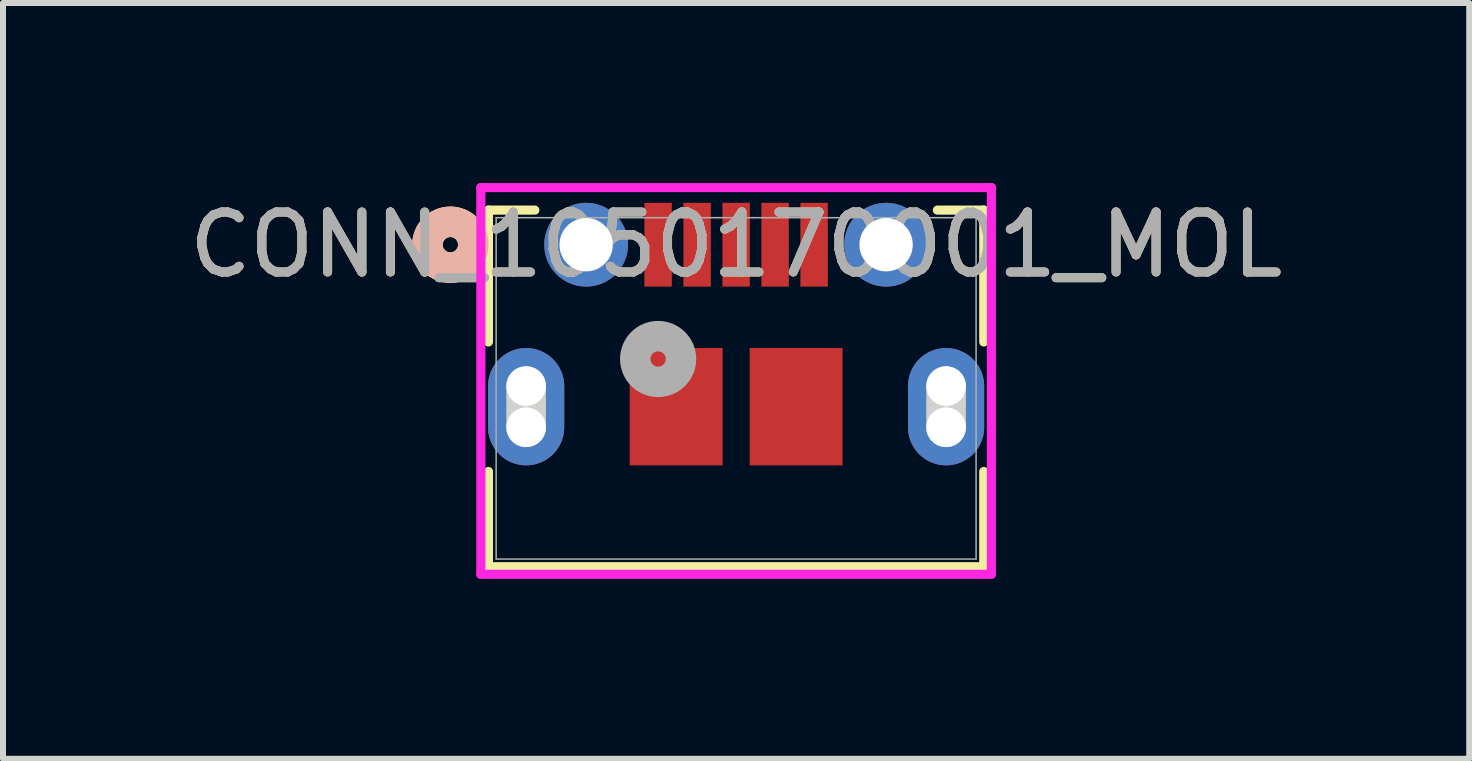
<source format=kicad_pcb>
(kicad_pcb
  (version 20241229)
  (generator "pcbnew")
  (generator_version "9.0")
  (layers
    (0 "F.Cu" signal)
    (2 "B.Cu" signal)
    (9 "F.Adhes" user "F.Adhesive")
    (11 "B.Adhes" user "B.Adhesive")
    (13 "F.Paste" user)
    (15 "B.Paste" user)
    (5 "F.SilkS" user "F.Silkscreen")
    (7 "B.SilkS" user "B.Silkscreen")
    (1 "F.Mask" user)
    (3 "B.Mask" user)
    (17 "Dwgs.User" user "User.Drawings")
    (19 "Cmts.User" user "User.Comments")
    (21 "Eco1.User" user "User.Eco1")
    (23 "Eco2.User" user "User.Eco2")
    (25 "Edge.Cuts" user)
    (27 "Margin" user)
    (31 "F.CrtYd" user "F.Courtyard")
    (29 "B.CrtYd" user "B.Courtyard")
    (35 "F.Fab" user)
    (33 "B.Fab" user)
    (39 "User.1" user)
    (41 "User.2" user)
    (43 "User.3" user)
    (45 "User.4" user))
  (footprint "CONN_1050170001_MOL"
    (layer "F.Cu")
    (at 9.22 3.424)
    (property "Reference" "CONN_1050170001_MOL" (at 0 -2.395 0) (unlocked yes) (layer "F.SilkS") (effects (font (size 1 1) (thickness 0.15))))
    (attr smd)
    (fp_line (start -4.128 -2.972) (end -4.128 -0.774) (stroke (width 0.152) (type solid)) (layer "F.SilkS"))
    (fp_line (start -4.128 1.385) (end -4.128 2.972) (stroke (width 0.152) (type solid)) (layer "F.SilkS"))
    (fp_line (start -4.128 2.972) (end 4.128 2.972) (stroke (width 0.152) (type solid)) (layer "F.SilkS"))
    (fp_line (start -3.355 -2.972) (end -4.128 -2.972) (stroke (width 0.152) (type solid)) (layer "F.SilkS"))
    (fp_line (start 4.128 -2.972) (end 3.355 -2.972) (stroke (width 0.152) (type solid)) (layer "F.SilkS"))
    (fp_line (start 4.128 -0.774) (end 4.128 -2.972) (stroke (width 0.152) (type solid)) (layer "F.SilkS"))
    (fp_line (start 4.128 2.972) (end 4.128 1.385) (stroke (width 0.152) (type solid)) (layer "F.SilkS"))
    (fp_circle (center -4.763 -2.395) (end -4.381 -2.395) (stroke (width 0.508) (type solid)) (fill no) (layer "F.SilkS"))
    (fp_circle (center -4.763 -2.395) (end -4.381 -2.395) (stroke (width 0.508) (type solid)) (fill no) (layer "B.SilkS"))
    (fp_line (start -3.5 0.648) (end -3.5 -0.038) (stroke (width 0.66) (type solid)) (layer "Edge.Cuts"))
    (fp_line (start 3.5 0.648) (end 3.5 -0.038) (stroke (width 0.66) (type solid)) (layer "Edge.Cuts"))
    (fp_line (start -4.255 -3.347) (end -4.255 3.099) (stroke (width 0.152) (type solid)) (layer "F.CrtYd"))
    (fp_line (start -4.255 3.099) (end 4.255 3.099) (stroke (width 0.152) (type solid)) (layer "F.CrtYd"))
    (fp_line (start 4.255 -3.347) (end -4.255 -3.347) (stroke (width 0.152) (type solid)) (layer "F.CrtYd"))
    (fp_line (start 4.255 3.099) (end 4.255 -3.347) (stroke (width 0.152) (type solid)) (layer "F.CrtYd"))
    (fp_line (start -4 -2.845) (end -4 2.845) (stroke (width 0.025) (type solid)) (layer "F.Fab"))
    (fp_line (start -4 2.845) (end 4 2.845) (stroke (width 0.025) (type solid)) (layer "F.Fab"))
    (fp_line (start 4 -2.845) (end -4 -2.845) (stroke (width 0.025) (type solid)) (layer "F.Fab"))
    (fp_line (start 4 2.845) (end 4 -2.845) (stroke (width 0.025) (type solid)) (layer "F.Fab"))
    (fp_circle (center -1.3 -0.49) (end -0.919 -0.49) (stroke (width 0.508) (type solid)) (fill no) (layer "F.Fab"))
    (fp_text user "${REFERENCE}" (at 0 -2.395 0) (unlocked yes) (layer "F.Fab") (effects (font (size 1 1) (thickness 0.15))))
    (pad "" np_thru_hole circle (at -3.5 -0.038) (size 0.66 0.66) (drill 0.66) (layers "*.Cu" "*.Mask"))
    (pad "" np_thru_hole circle (at -3.5 0.648) (size 0.66 0.66) (drill 0.66) (layers "*.Cu" "*.Mask"))
    (pad "" np_thru_hole circle (at 3.5 -0.038) (size 0.66 0.66) (drill 0.66) (layers "*.Cu" "*.Mask"))
    (pad "" np_thru_hole circle (at 3.5 0.648) (size 0.66 0.66) (drill 0.66) (layers "*.Cu" "*.Mask"))
    (pad "1" smd rect (at -1.3 -2.395) (size 0.457 1.397) (layers "F.Cu" "F.Mask" "F.Paste"))
    (pad "2" smd rect (at -0.65 -2.395) (size 0.457 1.397) (layers "F.Cu" "F.Mask" "F.Paste"))
    (pad "3" smd rect (at 0 -2.395) (size 0.457 1.397) (layers "F.Cu" "F.Mask" "F.Paste"))
    (pad "4" smd rect (at 0.65 -2.395) (size 0.457 1.397) (layers "F.Cu" "F.Mask" "F.Paste"))
    (pad "5" smd rect (at 1.3 -2.395) (size 0.457 1.397) (layers "F.Cu" "F.Mask" "F.Paste"))
    (pad "6" smd rect (at -1 0.305) (size 1.549 1.956) (layers "F.Cu" "F.Mask" "F.Paste"))
    (pad "7" smd rect (at 1 0.305) (size 1.549 1.956) (layers "F.Cu" "F.Mask" "F.Paste"))
    (pad "8" thru_hole circle (at -2.5 -2.395) (size 1.397 1.397) (drill 0.889) (layers "*.Cu" "*.Mask"))
    (pad "9" thru_hole circle (at 2.5 -2.395) (size 1.397 1.397) (drill 0.889) (layers "*.Cu" "*.Mask"))
    (pad "S_1" thru_hole oval (at -3.5 0.305 90) (size 1.956 1.27) (drill 0.025) (layers "*.Cu" "*.Mask"))
    (pad "S_2" thru_hole oval (at 3.5 0.305 90) (size 1.956 1.27) (drill 0.025) (layers "*.Cu" "*.Mask")))
  (gr_rect
    (start -3 -3)
    (end 21.44 9.598)
    (stroke (width 0.1) (type default))
    (fill no)
    (layer "Edge.Cuts")))
</source>
